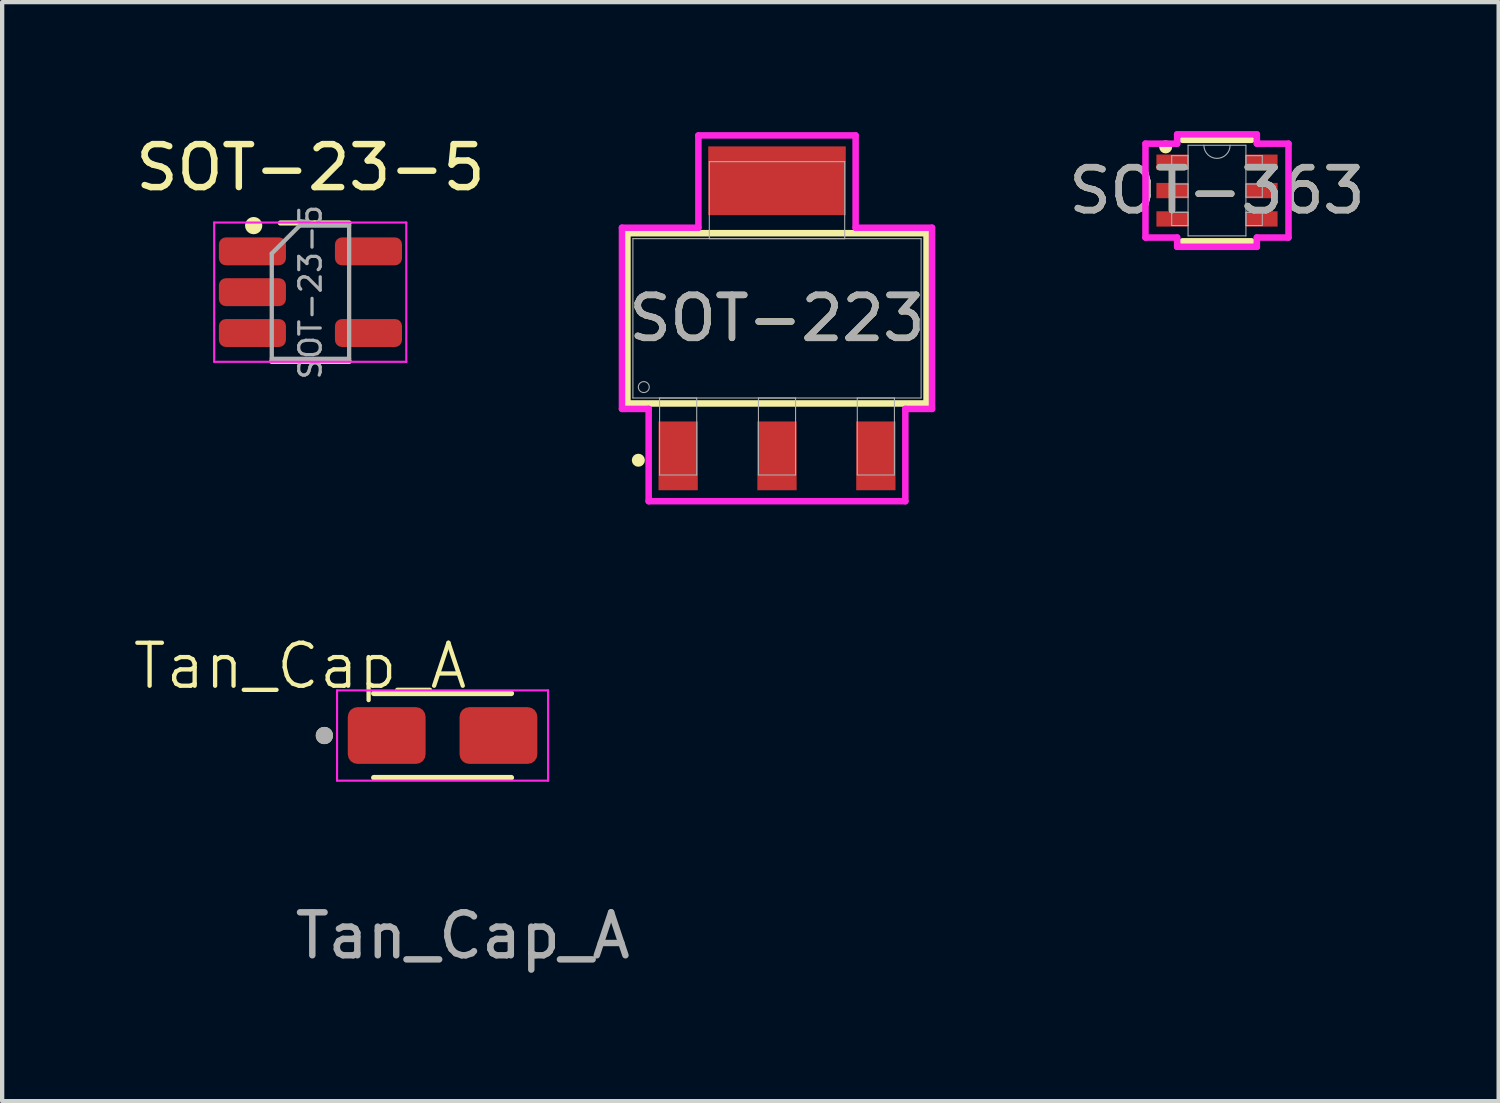
<source format=kicad_pcb>
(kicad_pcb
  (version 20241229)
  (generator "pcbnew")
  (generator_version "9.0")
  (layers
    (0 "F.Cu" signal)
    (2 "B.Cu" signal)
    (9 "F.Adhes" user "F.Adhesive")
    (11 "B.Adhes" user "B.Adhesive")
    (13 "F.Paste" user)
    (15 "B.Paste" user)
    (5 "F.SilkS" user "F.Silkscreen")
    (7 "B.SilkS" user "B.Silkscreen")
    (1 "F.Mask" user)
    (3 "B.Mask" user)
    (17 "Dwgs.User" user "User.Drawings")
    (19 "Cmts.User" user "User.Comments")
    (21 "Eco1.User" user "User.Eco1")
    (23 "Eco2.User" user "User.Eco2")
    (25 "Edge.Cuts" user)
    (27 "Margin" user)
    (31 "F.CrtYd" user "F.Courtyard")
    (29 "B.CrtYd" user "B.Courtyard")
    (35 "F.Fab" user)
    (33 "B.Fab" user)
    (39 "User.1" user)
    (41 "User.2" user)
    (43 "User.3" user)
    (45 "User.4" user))
  (footprint "SOT-223"
    (layer "F.Cu")
    (at 15.028 4.356)
    (property "Reference" "SOT-223" (at 0 0 0) (unlocked yes) (layer "F.SilkS") (effects (font (size 1 1) (thickness 0.15))))
    (attr smd)
    (fp_poly (pts (xy 1.6 -4) (xy -1.6 -4) (xy -1.6 -2.4) (xy 1.6 -2.4)) (stroke (width 0) (type solid)) (fill yes) (layer "F.Cu"))
    (fp_poly (pts (xy 1.626 -4.356) (xy -1.626 -4.356) (xy -1.626 -2.045) (xy 1.626 -2.045)) (stroke (width 0) (type solid)) (fill yes) (layer "F.Mask"))
    (fp_line (start -3.48 -1.981) (end -3.48 1.981) (stroke (width 0.152) (type solid)) (layer "F.SilkS"))
    (fp_line (start -3.48 1.981) (end 3.48 1.981) (stroke (width 0.152) (type solid)) (layer "F.SilkS"))
    (fp_line (start 3.48 -1.981) (end -3.48 -1.981) (stroke (width 0.152) (type solid)) (layer "F.SilkS"))
    (fp_line (start 3.48 1.981) (end 3.48 -1.981) (stroke (width 0.152) (type solid)) (layer "F.SilkS"))
    (fp_circle (center -3.226 3.302) (end -3.15 3.302) (stroke (width 0.152) (type solid)) (fill no) (layer "F.SilkS"))
    (fp_poly (pts (xy 1.6 -4) (xy -1.6 -4) (xy -1.6 -2.4) (xy 1.6 -2.4)) (stroke (width 0) (type solid)) (fill yes) (layer "F.Paste"))
    (fp_line (start -3.607 -2.108) (end -1.829 -2.108) (stroke (width 0.152) (type solid)) (layer "F.CrtYd"))
    (fp_line (start -3.607 2.108) (end -3.607 -2.108) (stroke (width 0.152) (type solid)) (layer "F.CrtYd"))
    (fp_line (start -2.986 2.108) (end -3.607 2.108) (stroke (width 0.152) (type solid)) (layer "F.CrtYd"))
    (fp_line (start -2.986 4.255) (end -2.986 2.108) (stroke (width 0.152) (type solid)) (layer "F.CrtYd"))
    (fp_line (start -1.829 -4.255) (end 1.829 -4.255) (stroke (width 0.152) (type solid)) (layer "F.CrtYd"))
    (fp_line (start -1.829 -2.108) (end -1.829 -4.255) (stroke (width 0.152) (type solid)) (layer "F.CrtYd"))
    (fp_line (start 1.829 -4.255) (end 1.829 -2.108) (stroke (width 0.152) (type solid)) (layer "F.CrtYd"))
    (fp_line (start 1.829 -2.108) (end 3.607 -2.108) (stroke (width 0.152) (type solid)) (layer "F.CrtYd"))
    (fp_line (start 2.986 2.108) (end 2.986 4.255) (stroke (width 0.152) (type solid)) (layer "F.CrtYd"))
    (fp_line (start 2.986 4.255) (end -2.986 4.255) (stroke (width 0.152) (type solid)) (layer "F.CrtYd"))
    (fp_line (start 3.607 -2.108) (end 3.607 2.108) (stroke (width 0.152) (type solid)) (layer "F.CrtYd"))
    (fp_line (start 3.607 2.108) (end 2.986 2.108) (stroke (width 0.152) (type solid)) (layer "F.CrtYd"))
    (fp_line (start -3.353 -1.854) (end -3.353 1.854) (stroke (width 0.025) (type solid)) (layer "F.Fab"))
    (fp_line (start -3.353 1.854) (end 3.353 1.854) (stroke (width 0.025) (type solid)) (layer "F.Fab"))
    (fp_line (start -2.732 1.854) (end -2.732 3.645) (stroke (width 0.025) (type solid)) (layer "F.Fab"))
    (fp_line (start -2.732 3.645) (end -1.868 3.645) (stroke (width 0.025) (type solid)) (layer "F.Fab"))
    (fp_line (start -1.868 1.854) (end -2.732 1.854) (stroke (width 0.025) (type solid)) (layer "F.Fab"))
    (fp_line (start -1.868 3.645) (end -1.868 1.854) (stroke (width 0.025) (type solid)) (layer "F.Fab"))
    (fp_line (start -1.575 -3.645) (end -1.575 -1.854) (stroke (width 0.025) (type solid)) (layer "F.Fab"))
    (fp_line (start -1.575 -1.854) (end 1.575 -1.854) (stroke (width 0.025) (type solid)) (layer "F.Fab"))
    (fp_line (start -0.432 1.854) (end -0.432 3.645) (stroke (width 0.025) (type solid)) (layer "F.Fab"))
    (fp_line (start -0.432 3.645) (end 0.432 3.645) (stroke (width 0.025) (type solid)) (layer "F.Fab"))
    (fp_line (start 0.432 1.854) (end -0.432 1.854) (stroke (width 0.025) (type solid)) (layer "F.Fab"))
    (fp_line (start 0.432 3.645) (end 0.432 1.854) (stroke (width 0.025) (type solid)) (layer "F.Fab"))
    (fp_line (start 1.575 -3.645) (end -1.575 -3.645) (stroke (width 0.025) (type solid)) (layer "F.Fab"))
    (fp_line (start 1.575 -1.854) (end 1.575 -3.645) (stroke (width 0.025) (type solid)) (layer "F.Fab"))
    (fp_line (start 1.868 1.854) (end 1.868 3.645) (stroke (width 0.025) (type solid)) (layer "F.Fab"))
    (fp_line (start 1.868 3.645) (end 2.732 3.645) (stroke (width 0.025) (type solid)) (layer "F.Fab"))
    (fp_line (start 2.732 1.854) (end 1.868 1.854) (stroke (width 0.025) (type solid)) (layer "F.Fab"))
    (fp_line (start 2.732 3.645) (end 2.732 1.854) (stroke (width 0.025) (type solid)) (layer "F.Fab"))
    (fp_line (start 3.353 -1.854) (end -3.353 -1.854) (stroke (width 0.025) (type solid)) (layer "F.Fab"))
    (fp_line (start 3.353 1.854) (end 3.353 -1.854) (stroke (width 0.025) (type solid)) (layer "F.Fab"))
    (fp_circle (center -3.099 1.6) (end -2.972 1.6) (stroke (width 0.025) (type solid)) (fill no) (layer "F.Fab"))
    (fp_text user "${REFERENCE}" (at 0 0 0) (unlocked yes) (layer "F.Fab") (effects (font (size 1 1) (thickness 0.15))))
    (pad "1" smd rect (at -2.3 3.2) (size 0.914 1.6) (layers "F.Cu" "F.Mask" "F.Paste"))
    (pad "2" smd rect (at 0 3.2) (size 0.914 1.6) (layers "F.Cu" "F.Mask" "F.Paste"))
    (pad "3" smd rect (at 2.3 3.2) (size 0.914 1.6) (layers "F.Cu" "F.Mask" "F.Paste")))
  (footprint "SOT-23-5"
    (layer "F.Cu")
    (at 4.173 3.748)
    (property "Reference" "SOT-23-5" (at 0 -2.9 0) (layer "F.SilkS") (effects (font (size 1 1) (thickness 0.15))))
    (attr smd)
    (fp_line (start -0.9 1.61) (end 0.9 1.61) (stroke (width 0.12) (type solid)) (layer "F.SilkS"))
    (fp_line (start 0.1 -1.61) (end -0.7 -1.61) (stroke (width 0.12) (type solid)) (layer "F.SilkS"))
    (fp_line (start 0.1 -1.61) (end 0.9 -1.61) (stroke (width 0.12) (type solid)) (layer "F.SilkS"))
    (fp_circle (center -1.321 -1.549) (end -1.221 -1.549) (stroke (width 0.2) (type solid)) (fill no) (layer "F.SilkS"))
    (fp_line (start -2.24 -1.62) (end -2.24 1.62) (stroke (width 0.05) (type solid)) (layer "F.CrtYd"))
    (fp_line (start -2.24 -1.62) (end 2.23 -1.62) (stroke (width 0.05) (type solid)) (layer "F.CrtYd"))
    (fp_line (start 2.23 1.62) (end -2.24 1.62) (stroke (width 0.05) (type solid)) (layer "F.CrtYd"))
    (fp_line (start 2.23 1.62) (end 2.23 -1.62) (stroke (width 0.05) (type solid)) (layer "F.CrtYd"))
    (fp_line (start -0.9 -0.9) (end -0.9 1.55) (stroke (width 0.1) (type solid)) (layer "F.Fab"))
    (fp_line (start -0.9 -0.9) (end -0.25 -1.55) (stroke (width 0.1) (type solid)) (layer "F.Fab"))
    (fp_line (start 0.9 -1.55) (end -0.25 -1.55) (stroke (width 0.1) (type solid)) (layer "F.Fab"))
    (fp_line (start 0.9 -1.55) (end 0.9 1.55) (stroke (width 0.1) (type solid)) (layer "F.Fab"))
    (fp_line (start 0.9 1.55) (end -0.9 1.55) (stroke (width 0.1) (type solid)) (layer "F.Fab"))
    (fp_text user "${REFERENCE}" (at 0 0 90) (layer "F.Fab") (effects (font (size 0.5 0.5) (thickness 0.075))))
    (pad "1" smd roundrect (at -1.35 -0.95) (size 1.56 0.65) (layers "F.Cu" "F.Mask" "F.Paste") (roundrect_rratio 0.25))
    (pad "2" smd roundrect (at -1.35 0) (size 1.56 0.65) (layers "F.Cu" "F.Mask" "F.Paste") (roundrect_rratio 0.25))
    (pad "3" smd roundrect (at -1.35 0.95) (size 1.56 0.65) (layers "F.Cu" "F.Mask" "F.Paste") (roundrect_rratio 0.25))
    (pad "4" smd roundrect (at 1.35 0.95) (size 1.56 0.65) (layers "F.Cu" "F.Mask" "F.Paste") (roundrect_rratio 0.25))
    (pad "5" smd roundrect (at 1.35 -0.95) (size 1.56 0.65) (layers "F.Cu" "F.Mask" "F.Paste") (roundrect_rratio 0.25)))
  (footprint "Tan_Cap_A"
    (layer "F.Cu")
    (at 4.947 15.063)
    (property "Reference" "Tan_Cap_A" (at -1.016 -2.616 0) (unlocked yes) (layer "F.SilkS") (effects (font (size 1 1) (thickness 0.1))))
    (attr smd)
    (fp_line (start 0.7 -1.98) (end 3.9 -1.98) (stroke (width 0.127) (type solid)) (layer "F.SilkS"))
    (fp_line (start 0.7 -0.02) (end 3.9 -0.02) (stroke (width 0.127) (type solid)) (layer "F.SilkS"))
    (fp_circle (center -0.45 -1) (end -0.35 -1) (stroke (width 0.2) (type solid)) (fill no) (layer "F.SilkS"))
    (fp_line (start -0.155 -2.05) (end 4.755 -2.05) (stroke (width 0.05) (type solid)) (layer "F.CrtYd"))
    (fp_line (start -0.155 0.05) (end -0.155 -2.05) (stroke (width 0.05) (type solid)) (layer "F.CrtYd"))
    (fp_line (start 4.755 -2.05) (end 4.755 0.05) (stroke (width 0.05) (type solid)) (layer "F.CrtYd"))
    (fp_line (start 4.755 0.05) (end -0.155 0.05) (stroke (width 0.05) (type solid)) (layer "F.CrtYd"))
    (fp_circle (center -0.45 -1) (end -0.35 -1) (stroke (width 0.2) (type solid)) (fill no) (layer "F.Fab"))
    (fp_text user "${REFERENCE}" (at 2.769 3.658 0) (unlocked yes) (layer "F.Fab") (effects (font (size 1 1) (thickness 0.15))))
    (pad "1" smd roundrect (at 1 -1) (size 1.81 1.32) (layers "F.Cu" "F.Mask" "F.Paste") (roundrect_rratio 0.17))
    (pad "2" smd roundrect (at 3.6 -1) (size 1.81 1.32) (layers "F.Cu" "F.Mask" "F.Paste") (roundrect_rratio 0.17))
    (zone (net_name "") (layer "F.Cu") (hatch full 0.508) (connect_pads) (min_thickness 0.254) (filled_areas_thickness no) (keepout (tracks not_allowed) (vias not_allowed) (pads allowed) (copperpour not_allowed) (footprints allowed)) (placement (enabled no)) (fill) (polygon (pts (xy 5.226 13.031) (xy 9.367 13.031) (xy 9.367 13.311) (xy 5.226 13.311))))
    (zone (net_name "") (layer "F.Cu") (hatch full 0.508) (connect_pads) (min_thickness 0.254) (filled_areas_thickness no) (keepout (tracks not_allowed) (vias not_allowed) (pads allowed) (copperpour not_allowed) (footprints allowed)) (placement (enabled no)) (fill) (polygon (pts (xy 5.252 14.835) (xy 9.392 14.835) (xy 9.392 15.114) (xy 5.252 15.114))))
    (zone (net_name "") (layer "F.Cu") (hatch full 0.508) (connect_pads) (min_thickness 0.254) (filled_areas_thickness no) (keepout (tracks not_allowed) (vias not_allowed) (pads allowed) (copperpour not_allowed) (footprints allowed)) (placement (enabled no)) (fill) (polygon (pts (xy 6.192 13.311) (xy 8.452 13.311) (xy 8.452 14.835) (xy 6.192 14.835)))))
  (footprint "SOT-363"
    (layer "F.Cu")
    (at 25.265 1.384)
    (property "Reference" "SOT-363" (at 0 0 0) (unlocked yes) (layer "F.SilkS") (effects (font (size 1 1) (thickness 0.15))))
    (attr smd)
    (fp_line (start -0.8 1.181) (end 0.8 1.181) (stroke (width 0.152) (type solid)) (layer "F.SilkS"))
    (fp_line (start 0.8 -1.181) (end -0.8 -1.181) (stroke (width 0.152) (type solid)) (layer "F.SilkS"))
    (fp_circle (center -1.194 -1.016) (end -1.118 -1.016) (stroke (width 0.152) (type solid)) (fill no) (layer "F.SilkS"))
    (fp_line (start -1.664 -1.092) (end -0.927 -1.092) (stroke (width 0.152) (type solid)) (layer "F.CrtYd"))
    (fp_line (start -1.664 1.092) (end -1.664 -1.092) (stroke (width 0.152) (type solid)) (layer "F.CrtYd"))
    (fp_line (start -1.664 1.092) (end -0.927 1.092) (stroke (width 0.152) (type solid)) (layer "F.CrtYd"))
    (fp_line (start -0.927 -1.308) (end 0.927 -1.308) (stroke (width 0.152) (type solid)) (layer "F.CrtYd"))
    (fp_line (start -0.927 -1.092) (end -0.927 -1.308) (stroke (width 0.152) (type solid)) (layer "F.CrtYd"))
    (fp_line (start -0.927 1.308) (end -0.927 1.092) (stroke (width 0.152) (type solid)) (layer "F.CrtYd"))
    (fp_line (start 0.927 -1.308) (end 0.927 -1.092) (stroke (width 0.152) (type solid)) (layer "F.CrtYd"))
    (fp_line (start 0.927 1.092) (end 0.927 1.308) (stroke (width 0.152) (type solid)) (layer "F.CrtYd"))
    (fp_line (start 0.927 1.308) (end -0.927 1.308) (stroke (width 0.152) (type solid)) (layer "F.CrtYd"))
    (fp_line (start 1.664 -1.092) (end 0.927 -1.092) (stroke (width 0.152) (type solid)) (layer "F.CrtYd"))
    (fp_line (start 1.664 -1.092) (end 1.664 1.092) (stroke (width 0.152) (type solid)) (layer "F.CrtYd"))
    (fp_line (start 1.664 1.092) (end 0.927 1.092) (stroke (width 0.152) (type solid)) (layer "F.CrtYd"))
    (fp_line (start -1.054 -0.813) (end -1.054 -0.508) (stroke (width 0.025) (type solid)) (layer "F.Fab"))
    (fp_line (start -1.054 -0.508) (end -0.673 -0.508) (stroke (width 0.025) (type solid)) (layer "F.Fab"))
    (fp_line (start -1.054 -0.152) (end -1.054 0.152) (stroke (width 0.025) (type solid)) (layer "F.Fab"))
    (fp_line (start -1.054 0.152) (end -0.673 0.152) (stroke (width 0.025) (type solid)) (layer "F.Fab"))
    (fp_line (start -1.054 0.508) (end -1.054 0.813) (stroke (width 0.025) (type solid)) (layer "F.Fab"))
    (fp_line (start -1.054 0.813) (end -0.673 0.813) (stroke (width 0.025) (type solid)) (layer "F.Fab"))
    (fp_line (start -0.673 -1.054) (end -0.673 1.054) (stroke (width 0.025) (type solid)) (layer "F.Fab"))
    (fp_line (start -0.673 -0.813) (end -1.054 -0.813) (stroke (width 0.025) (type solid)) (layer "F.Fab"))
    (fp_line (start -0.673 -0.508) (end -0.673 -0.813) (stroke (width 0.025) (type solid)) (layer "F.Fab"))
    (fp_line (start -0.673 -0.152) (end -1.054 -0.152) (stroke (width 0.025) (type solid)) (layer "F.Fab"))
    (fp_line (start -0.673 0.152) (end -0.673 -0.152) (stroke (width 0.025) (type solid)) (layer "F.Fab"))
    (fp_line (start -0.673 0.508) (end -1.054 0.508) (stroke (width 0.025) (type solid)) (layer "F.Fab"))
    (fp_line (start -0.673 0.813) (end -0.673 0.508) (stroke (width 0.025) (type solid)) (layer "F.Fab"))
    (fp_line (start -0.673 1.054) (end 0.673 1.054) (stroke (width 0.025) (type solid)) (layer "F.Fab"))
    (fp_line (start 0.673 -1.054) (end -0.673 -1.054) (stroke (width 0.025) (type solid)) (layer "F.Fab"))
    (fp_line (start 0.673 -0.813) (end 0.673 -0.508) (stroke (width 0.025) (type solid)) (layer "F.Fab"))
    (fp_line (start 0.673 -0.508) (end 1.054 -0.508) (stroke (width 0.025) (type solid)) (layer "F.Fab"))
    (fp_line (start 0.673 -0.152) (end 0.673 0.152) (stroke (width 0.025) (type solid)) (layer "F.Fab"))
    (fp_line (start 0.673 0.152) (end 1.054 0.152) (stroke (width 0.025) (type solid)) (layer "F.Fab"))
    (fp_line (start 0.673 0.508) (end 0.673 0.813) (stroke (width 0.025) (type solid)) (layer "F.Fab"))
    (fp_line (start 0.673 0.813) (end 1.054 0.813) (stroke (width 0.025) (type solid)) (layer "F.Fab"))
    (fp_line (start 0.673 1.054) (end 0.673 -1.054) (stroke (width 0.025) (type solid)) (layer "F.Fab"))
    (fp_line (start 1.054 -0.813) (end 0.673 -0.813) (stroke (width 0.025) (type solid)) (layer "F.Fab"))
    (fp_line (start 1.054 -0.508) (end 1.054 -0.813) (stroke (width 0.025) (type solid)) (layer "F.Fab"))
    (fp_line (start 1.054 -0.152) (end 0.673 -0.152) (stroke (width 0.025) (type solid)) (layer "F.Fab"))
    (fp_line (start 1.054 0.152) (end 1.054 -0.152) (stroke (width 0.025) (type solid)) (layer "F.Fab"))
    (fp_line (start 1.054 0.508) (end 0.673 0.508) (stroke (width 0.025) (type solid)) (layer "F.Fab"))
    (fp_line (start 1.054 0.813) (end 1.054 0.508) (stroke (width 0.025) (type solid)) (layer "F.Fab"))
    (fp_arc (start 0.3048 -1.0541) (mid 0 -0.7493) (end -0.3048 -1.0541) (stroke (width 0.0254) (type solid)) (layer "F.Fab"))
    (fp_text user "${REFERENCE}" (at 0 0 0) (unlocked yes) (layer "F.Fab") (effects (font (size 1 1) (thickness 0.15))))
    (pad "1" smd rect (at -1.041 -0.66) (size 0.737 0.356) (layers "F.Cu" "F.Mask" "F.Paste"))
    (pad "2" smd rect (at -1.041 0) (size 0.737 0.356) (layers "F.Cu" "F.Mask" "F.Paste"))
    (pad "3" smd rect (at -1.041 0.66) (size 0.737 0.356) (layers "F.Cu" "F.Mask" "F.Paste"))
    (pad "4" smd rect (at 1.041 0.66) (size 0.737 0.356) (layers "F.Cu" "F.Mask" "F.Paste"))
    (pad "5" smd rect (at 1.041 0) (size 0.737 0.356) (layers "F.Cu" "F.Mask" "F.Paste"))
    (pad "6" smd rect (at 1.041 -0.66) (size 0.737 0.356) (layers "F.Cu" "F.Mask" "F.Paste")))
  (gr_rect
    (start -3 -3)
    (end 31.818 22.569)
    (stroke (width 0.1) (type default))
    (fill no)
    (layer "Edge.Cuts")))
</source>
